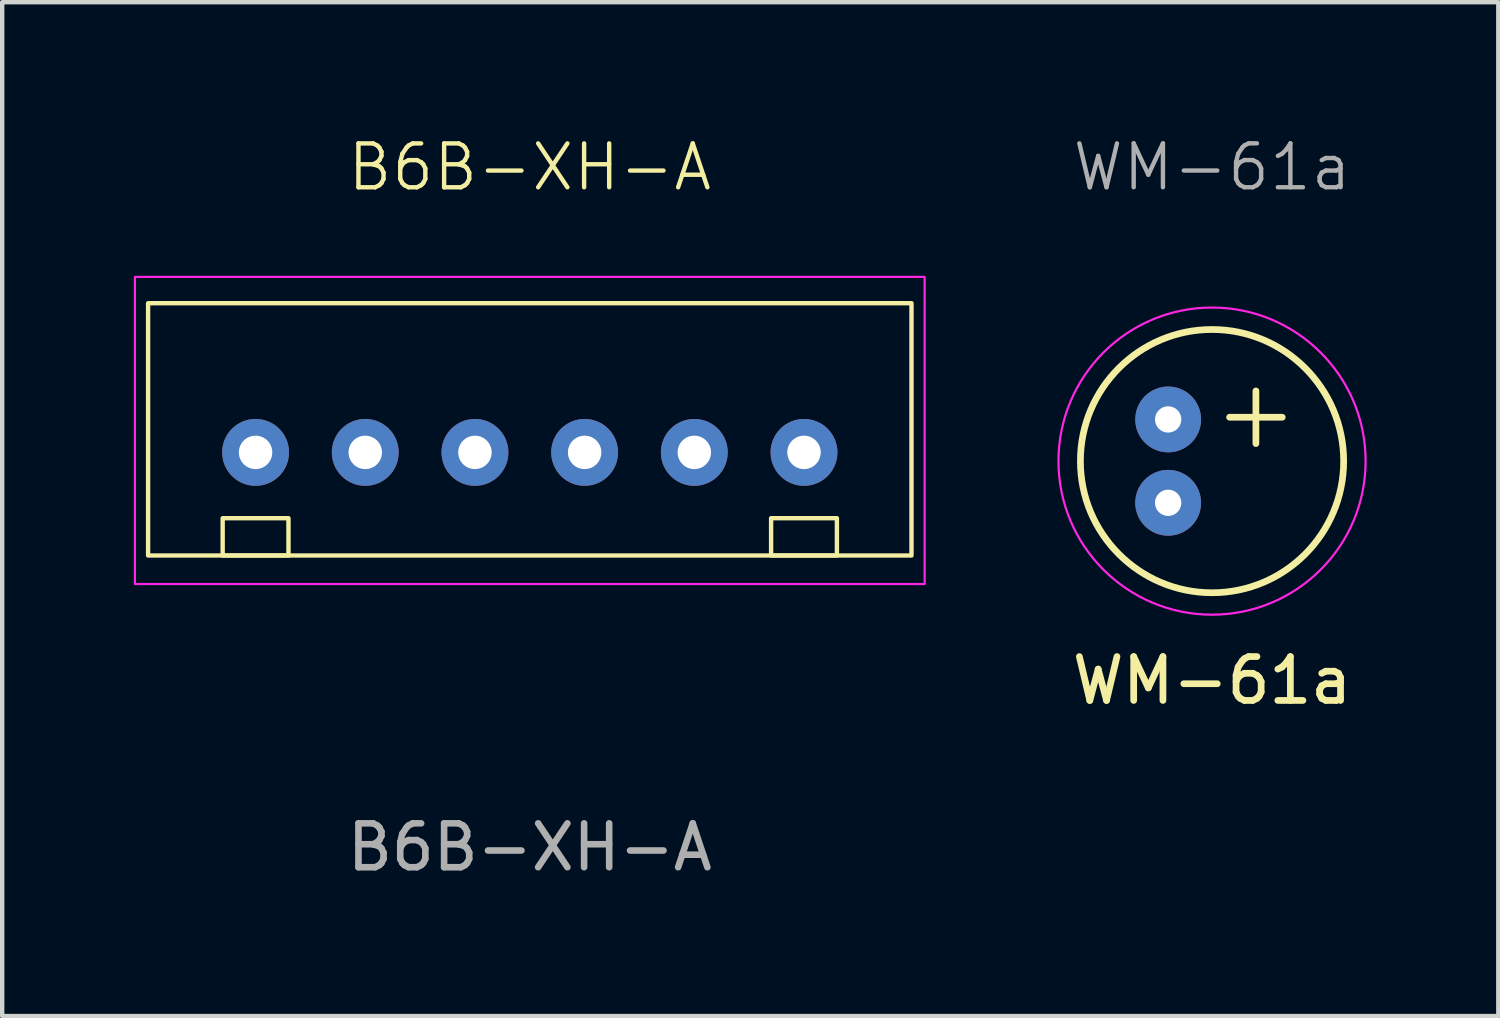
<source format=kicad_pcb>
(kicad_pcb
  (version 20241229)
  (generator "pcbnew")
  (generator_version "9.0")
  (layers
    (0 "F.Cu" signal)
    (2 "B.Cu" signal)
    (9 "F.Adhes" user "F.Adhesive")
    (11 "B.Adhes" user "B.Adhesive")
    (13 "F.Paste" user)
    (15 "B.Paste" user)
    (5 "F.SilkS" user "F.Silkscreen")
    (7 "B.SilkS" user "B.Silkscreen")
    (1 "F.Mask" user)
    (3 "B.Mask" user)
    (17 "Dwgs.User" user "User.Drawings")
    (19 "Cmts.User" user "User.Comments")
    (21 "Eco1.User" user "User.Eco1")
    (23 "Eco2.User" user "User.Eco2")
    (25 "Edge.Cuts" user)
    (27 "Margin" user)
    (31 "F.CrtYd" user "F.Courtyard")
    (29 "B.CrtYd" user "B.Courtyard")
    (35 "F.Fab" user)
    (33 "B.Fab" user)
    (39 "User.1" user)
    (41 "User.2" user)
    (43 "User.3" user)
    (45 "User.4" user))
  (footprint "B6B-XH-A"
    (layer "F.Cu")
    (at 9.025 7.261)
    (property "Reference" "B6B-XH-A" (at 0 -6.5 0) (unlocked yes) (layer "F.SilkS") (effects (font (size 1 1) (thickness 0.1))))
    (attr through_hole)
    (fp_rect (start -8.7 -3.4) (end 8.7 2.35) (stroke (width 0.1) (type default)) (fill no) (layer "F.SilkS"))
    (fp_rect (start -7 1.5) (end -5.5 2.35) (stroke (width 0.1) (type default)) (fill no) (layer "F.SilkS"))
    (fp_rect (start 5.5 1.5) (end 7 2.35) (stroke (width 0.1) (type default)) (fill no) (layer "F.SilkS"))
    (fp_rect (start -9 -4) (end 9 3) (stroke (width 0.05) (type default)) (fill no) (layer "F.CrtYd"))
    (fp_text user "${REFERENCE}" (at 0 9 0) (unlocked yes) (layer "F.Fab") (effects (font (size 1 1) (thickness 0.15))))
    (pad "1" thru_hole circle (at -6.25 0) (size 1.524 1.524) (drill 0.762) (layers "*.Cu" "*.Mask"))
    (pad "2" thru_hole circle (at -3.75 0) (size 1.524 1.524) (drill 0.762) (layers "*.Cu" "*.Mask"))
    (pad "3" thru_hole circle (at -1.25 0) (size 1.524 1.524) (drill 0.762) (layers "*.Cu" "*.Mask"))
    (pad "4" thru_hole circle (at 1.25 0) (size 1.524 1.524) (drill 0.762) (layers "*.Cu" "*.Mask"))
    (pad "5" thru_hole circle (at 3.75 0) (size 1.524 1.524) (drill 0.762) (layers "*.Cu" "*.Mask"))
    (pad "6" thru_hole circle (at 6.25 0) (size 1.524 1.524) (drill 0.762) (layers "*.Cu" "*.Mask")))
  (footprint "WM-61a"
    (layer "F.Cu")
    (at 24.575 7.46)
    (property "Reference" "WM-61a" (at 0 5 0) (unlocked yes) (layer "F.SilkS") (effects (font (size 1 1) (thickness 0.153))))
    (attr through_hole)
    (fp_line (start 0.4 -1) (end 1.6 -1) (stroke (width 0.153) (type default)) (layer "F.SilkS"))
    (fp_line (start 1 -1.6) (end 1 -0.4) (stroke (width 0.153) (type default)) (layer "F.SilkS"))
    (fp_circle (center 0 0) (end 3 0) (stroke (width 0.153) (type default)) (fill no) (layer "F.SilkS"))
    (fp_circle (center 0 0) (end 3.5 0) (stroke (width 0.05) (type default)) (fill no) (layer "F.CrtYd"))
    (fp_text user "${REFERENCE}" (at 0 -6.7 0) (unlocked yes) (layer "F.Fab") (effects (font (size 1 1) (thickness 0.1))))
    (pad "1" thru_hole circle (at -1 -0.95) (size 1.5 1.5) (drill 0.6) (layers "*.Cu" "*.Mask"))
    (pad "2" thru_hole circle (at -1 0.95) (size 1.5 1.5) (drill 0.6) (layers "*.Cu" "*.Mask")))
  (gr_rect
    (start -3 -3)
    (end 31.1 20.109)
    (stroke (width 0.1) (type default))
    (fill no)
    (layer "Edge.Cuts")))
</source>
